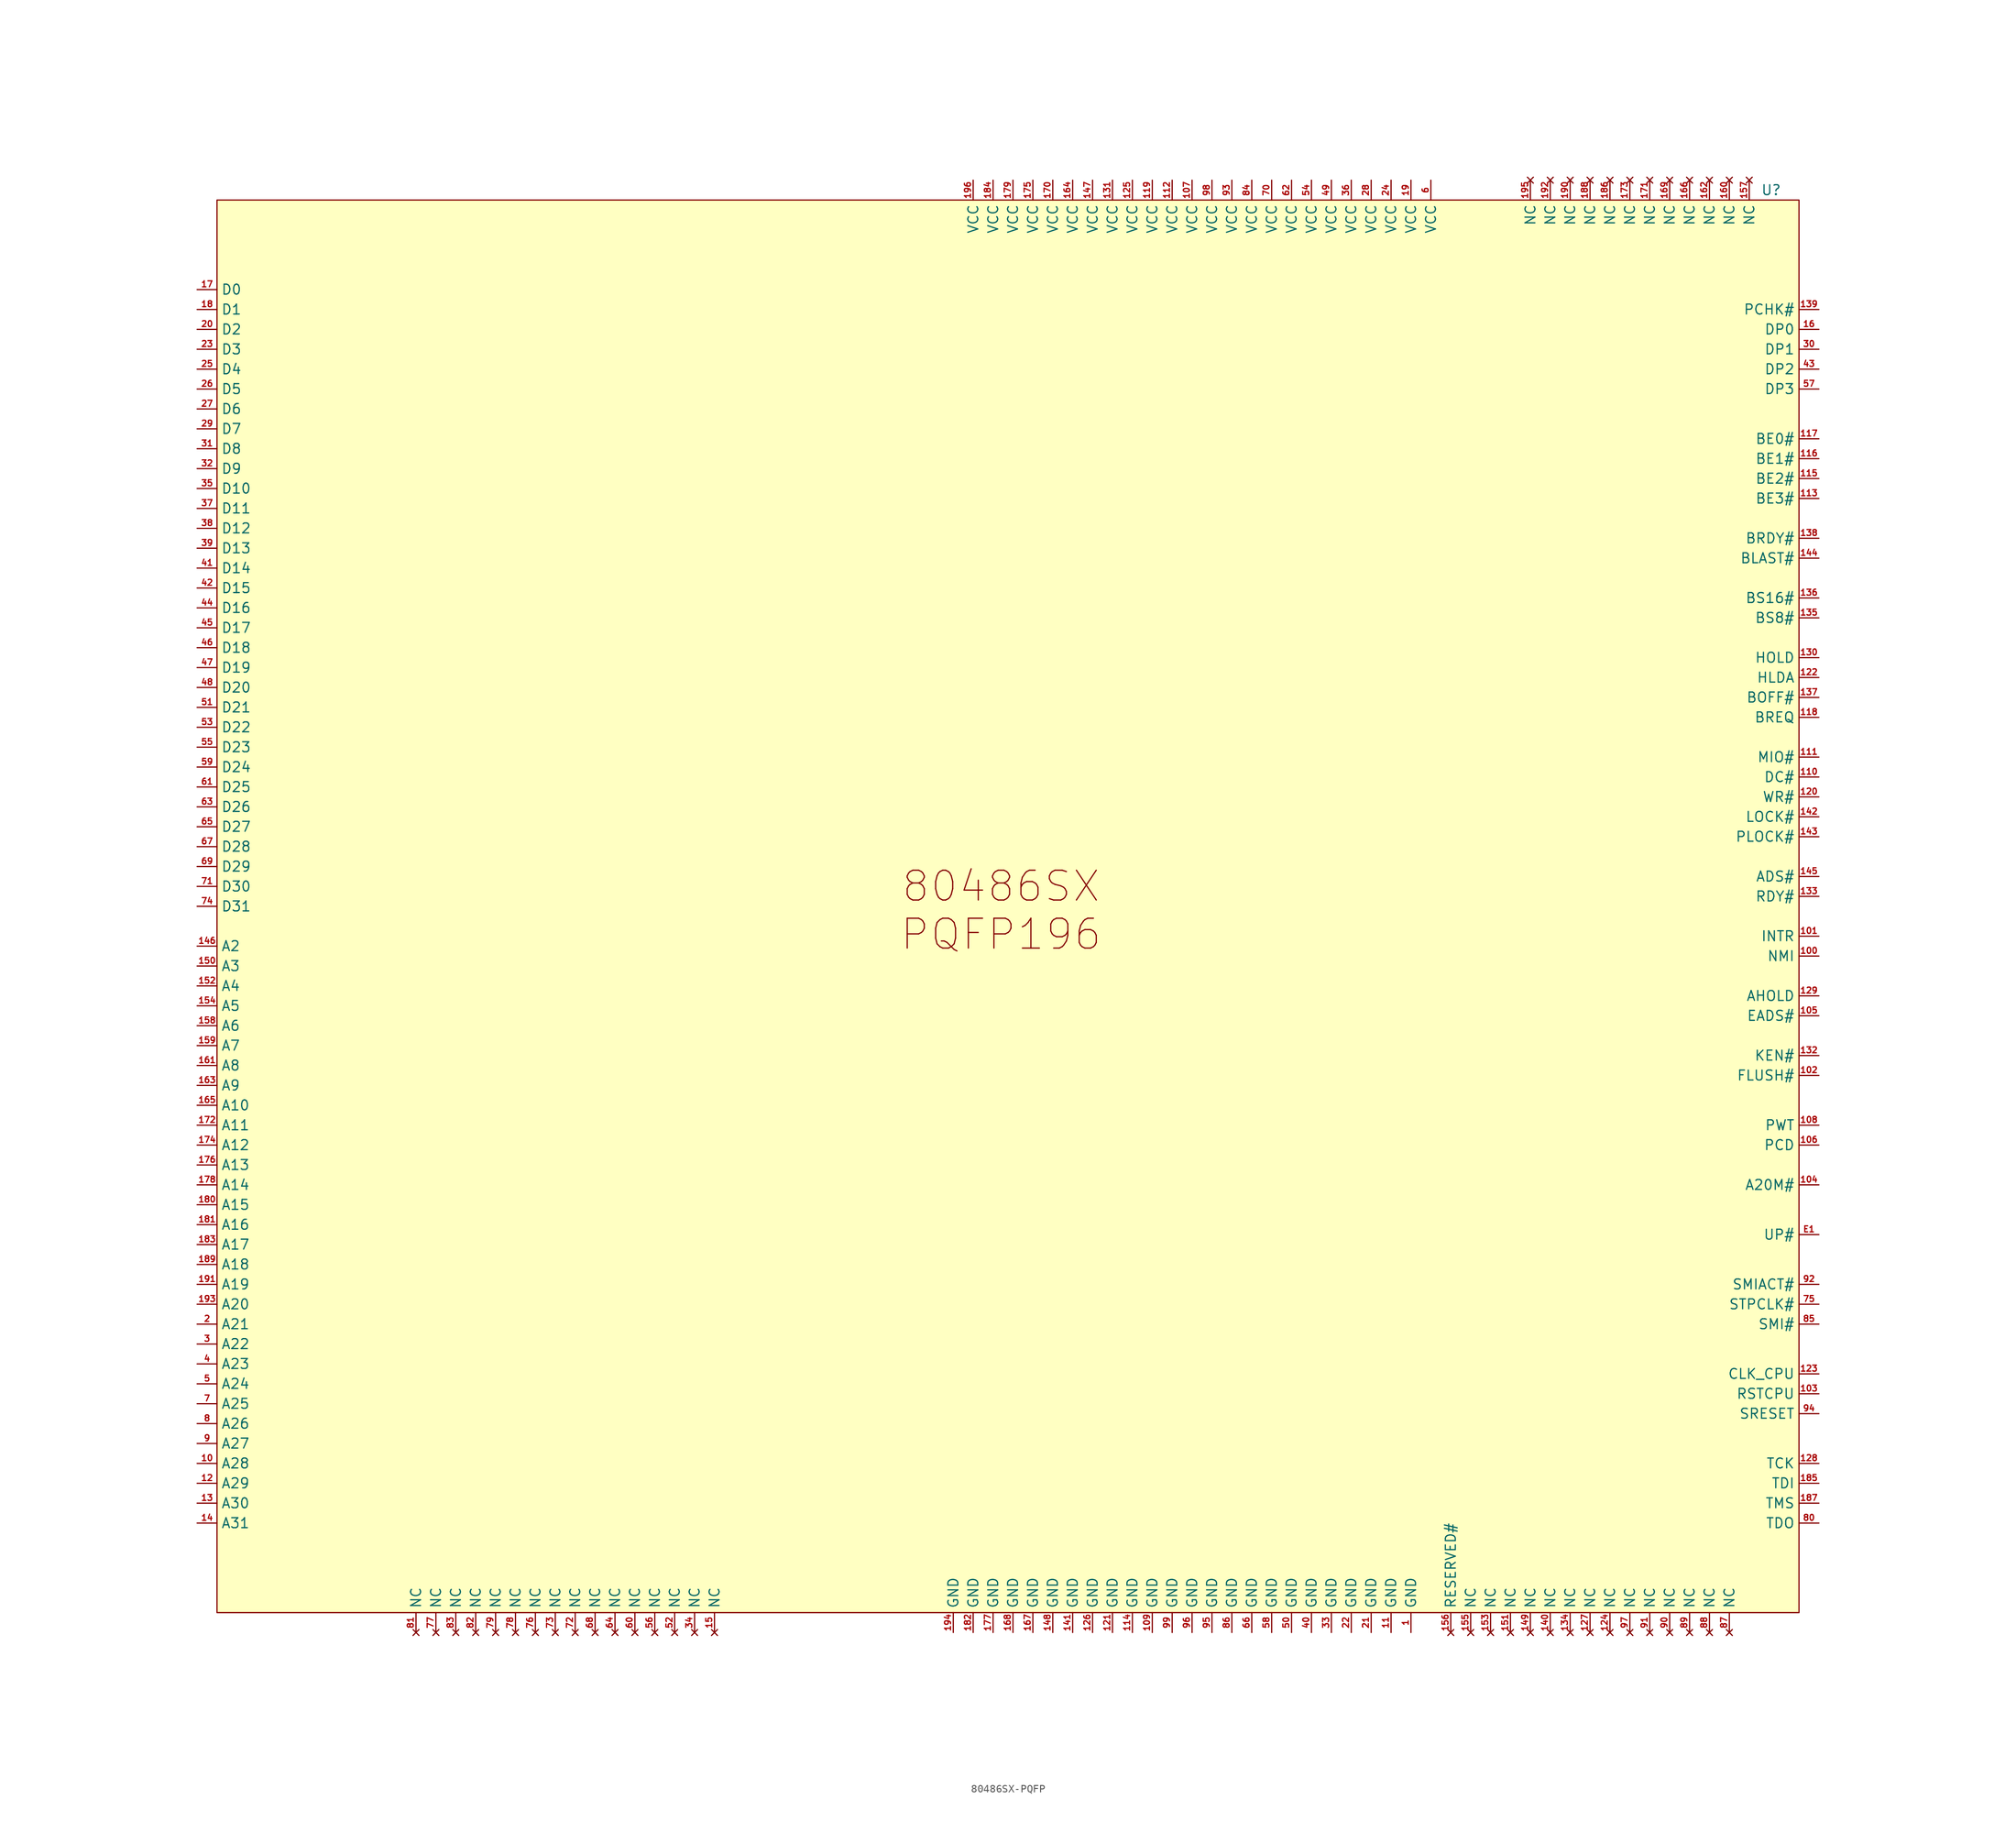
<source format=kicad_sym>
(kicad_symbol_lib
  (version 20241209)
  (generator "kicad_symbol_editor")
  (generator_version "9.0")
  (symbol "80486SX-PQFP"
    (property "Reference" "U"
      (at 98.044 91.44 0)
      (effects (font (size 1.27 1.27))))
    (property "Value" ""
      (at 0 0 0)
      (effects (font (size 1.27 1.27))))
    (symbol "80486SX-PQFP_1_1"
      (rectangle (start -100.33 90.17) (end 101.6 -90.17) (stroke (width 0) (type solid)) (fill (type color) (color 255 255 194 1)))
      (text "80486SX\nPQFP196" (at -0.254 -0.508 0) (effects (font (size 3.81 3.81))))
      (pin bidirectional line (at -102.87 78.74 0) (length 2.54) (name "D0" (effects (font (size 1.27 1.27)))) (number "17" (effects (font (size 0.762 0.762)))))
      (pin bidirectional line (at -102.87 76.2 0) (length 2.54) (name "D1" (effects (font (size 1.27 1.27)))) (number "18" (effects (font (size 0.762 0.762)))))
      (pin bidirectional line (at -102.87 73.66 0) (length 2.54) (name "D2" (effects (font (size 1.27 1.27)))) (number "20" (effects (font (size 0.762 0.762)))))
      (pin bidirectional line (at -102.87 71.12 0) (length 2.54) (name "D3" (effects (font (size 1.27 1.27)))) (number "23" (effects (font (size 0.762 0.762)))))
      (pin bidirectional line (at -102.87 68.58 0) (length 2.54) (name "D4" (effects (font (size 1.27 1.27)))) (number "25" (effects (font (size 0.762 0.762)))))
      (pin bidirectional line (at -102.87 66.04 0) (length 2.54) (name "D5" (effects (font (size 1.27 1.27)))) (number "26" (effects (font (size 0.762 0.762)))))
      (pin bidirectional line (at -102.87 63.5 0) (length 2.54) (name "D6" (effects (font (size 1.27 1.27)))) (number "27" (effects (font (size 0.762 0.762)))))
      (pin bidirectional line (at -102.87 60.96 0) (length 2.54) (name "D7" (effects (font (size 1.27 1.27)))) (number "29" (effects (font (size 0.762 0.762)))))
      (pin bidirectional line (at -102.87 58.42 0) (length 2.54) (name "D8" (effects (font (size 1.27 1.27)))) (number "31" (effects (font (size 0.762 0.762)))))
      (pin bidirectional line (at -102.87 55.88 0) (length 2.54) (name "D9" (effects (font (size 1.27 1.27)))) (number "32" (effects (font (size 0.762 0.762)))))
      (pin bidirectional line (at -102.87 53.34 0) (length 2.54) (name "D10" (effects (font (size 1.27 1.27)))) (number "35" (effects (font (size 0.762 0.762)))))
      (pin bidirectional line (at -102.87 50.8 0) (length 2.54) (name "D11" (effects (font (size 1.27 1.27)))) (number "37" (effects (font (size 0.762 0.762)))))
      (pin bidirectional line (at -102.87 48.26 0) (length 2.54) (name "D12" (effects (font (size 1.27 1.27)))) (number "38" (effects (font (size 0.762 0.762)))))
      (pin bidirectional line (at -102.87 45.72 0) (length 2.54) (name "D13" (effects (font (size 1.27 1.27)))) (number "39" (effects (font (size 0.762 0.762)))))
      (pin bidirectional line (at -102.87 43.18 0) (length 2.54) (name "D14" (effects (font (size 1.27 1.27)))) (number "41" (effects (font (size 0.762 0.762)))))
      (pin bidirectional line (at -102.87 40.64 0) (length 2.54) (name "D15" (effects (font (size 1.27 1.27)))) (number "42" (effects (font (size 0.762 0.762)))))
      (pin bidirectional line (at -102.87 38.1 0) (length 2.54) (name "D16" (effects (font (size 1.27 1.27)))) (number "44" (effects (font (size 0.762 0.762)))))
      (pin bidirectional line (at -102.87 35.56 0) (length 2.54) (name "D17" (effects (font (size 1.27 1.27)))) (number "45" (effects (font (size 0.762 0.762)))))
      (pin bidirectional line (at -102.87 33.02 0) (length 2.54) (name "D18" (effects (font (size 1.27 1.27)))) (number "46" (effects (font (size 0.762 0.762)))))
      (pin bidirectional line (at -102.87 30.48 0) (length 2.54) (name "D19" (effects (font (size 1.27 1.27)))) (number "47" (effects (font (size 0.762 0.762)))))
      (pin bidirectional line (at -102.87 27.94 0) (length 2.54) (name "D20" (effects (font (size 1.27 1.27)))) (number "48" (effects (font (size 0.762 0.762)))))
      (pin bidirectional line (at -102.87 25.4 0) (length 2.54) (name "D21" (effects (font (size 1.27 1.27)))) (number "51" (effects (font (size 0.762 0.762)))))
      (pin bidirectional line (at -102.87 22.86 0) (length 2.54) (name "D22" (effects (font (size 1.27 1.27)))) (number "53" (effects (font (size 0.762 0.762)))))
      (pin bidirectional line (at -102.87 20.32 0) (length 2.54) (name "D23" (effects (font (size 1.27 1.27)))) (number "55" (effects (font (size 0.762 0.762)))))
      (pin bidirectional line (at -102.87 17.78 0) (length 2.54) (name "D24" (effects (font (size 1.27 1.27)))) (number "59" (effects (font (size 0.762 0.762)))))
      (pin bidirectional line (at -102.87 15.24 0) (length 2.54) (name "D25" (effects (font (size 1.27 1.27)))) (number "61" (effects (font (size 0.762 0.762)))))
      (pin bidirectional line (at -102.87 12.7 0) (length 2.54) (name "D26" (effects (font (size 1.27 1.27)))) (number "63" (effects (font (size 0.762 0.762)))))
      (pin bidirectional line (at -102.87 10.16 0) (length 2.54) (name "D27" (effects (font (size 1.27 1.27)))) (number "65" (effects (font (size 0.762 0.762)))))
      (pin bidirectional line (at -102.87 7.62 0) (length 2.54) (name "D28" (effects (font (size 1.27 1.27)))) (number "67" (effects (font (size 0.762 0.762)))))
      (pin bidirectional line (at -102.87 5.08 0) (length 2.54) (name "D29" (effects (font (size 1.27 1.27)))) (number "69" (effects (font (size 0.762 0.762)))))
      (pin bidirectional line (at -102.87 2.54 0) (length 2.54) (name "D30" (effects (font (size 1.27 1.27)))) (number "71" (effects (font (size 0.762 0.762)))))
      (pin bidirectional line (at -102.87 0 0) (length 2.54) (name "D31" (effects (font (size 1.27 1.27)))) (number "74" (effects (font (size 0.762 0.762)))))
      (pin bidirectional line (at -102.87 -5.08 0) (length 2.54) (name "A2" (effects (font (size 1.27 1.27)))) (number "146" (effects (font (size 0.762 0.762)))))
      (pin bidirectional line (at -102.87 -7.62 0) (length 2.54) (name "A3" (effects (font (size 1.27 1.27)))) (number "150" (effects (font (size 0.762 0.762)))))
      (pin bidirectional line (at -102.87 -10.16 0) (length 2.54) (name "A4" (effects (font (size 1.27 1.27)))) (number "152" (effects (font (size 0.762 0.762)))))
      (pin bidirectional line (at -102.87 -12.7 0) (length 2.54) (name "A5" (effects (font (size 1.27 1.27)))) (number "154" (effects (font (size 0.762 0.762)))))
      (pin bidirectional line (at -102.87 -15.24 0) (length 2.54) (name "A6" (effects (font (size 1.27 1.27)))) (number "158" (effects (font (size 0.762 0.762)))))
      (pin bidirectional line (at -102.87 -17.78 0) (length 2.54) (name "A7" (effects (font (size 1.27 1.27)))) (number "159" (effects (font (size 0.762 0.762)))))
      (pin bidirectional line (at -102.87 -20.32 0) (length 2.54) (name "A8" (effects (font (size 1.27 1.27)))) (number "161" (effects (font (size 0.762 0.762)))))
      (pin bidirectional line (at -102.87 -22.86 0) (length 2.54) (name "A9" (effects (font (size 1.27 1.27)))) (number "163" (effects (font (size 0.762 0.762)))))
      (pin bidirectional line (at -102.87 -25.4 0) (length 2.54) (name "A10" (effects (font (size 1.27 1.27)))) (number "165" (effects (font (size 0.762 0.762)))))
      (pin bidirectional line (at -102.87 -27.94 0) (length 2.54) (name "A11" (effects (font (size 1.27 1.27)))) (number "172" (effects (font (size 0.762 0.762)))))
      (pin bidirectional line (at -102.87 -30.48 0) (length 2.54) (name "A12" (effects (font (size 1.27 1.27)))) (number "174" (effects (font (size 0.762 0.762)))))
      (pin bidirectional line (at -102.87 -33.02 0) (length 2.54) (name "A13" (effects (font (size 1.27 1.27)))) (number "176" (effects (font (size 0.762 0.762)))))
      (pin bidirectional line (at -102.87 -35.56 0) (length 2.54) (name "A14" (effects (font (size 1.27 1.27)))) (number "178" (effects (font (size 0.762 0.762)))))
      (pin bidirectional line (at -102.87 -38.1 0) (length 2.54) (name "A15" (effects (font (size 1.27 1.27)))) (number "180" (effects (font (size 0.762 0.762)))))
      (pin bidirectional line (at -102.87 -40.64 0) (length 2.54) (name "A16" (effects (font (size 1.27 1.27)))) (number "181" (effects (font (size 0.762 0.762)))))
      (pin bidirectional line (at -102.87 -43.18 0) (length 2.54) (name "A17" (effects (font (size 1.27 1.27)))) (number "183" (effects (font (size 0.762 0.762)))))
      (pin bidirectional line (at -102.87 -45.72 0) (length 2.54) (name "A18" (effects (font (size 1.27 1.27)))) (number "189" (effects (font (size 0.762 0.762)))))
      (pin bidirectional line (at -102.87 -48.26 0) (length 2.54) (name "A19" (effects (font (size 1.27 1.27)))) (number "191" (effects (font (size 0.762 0.762)))))
      (pin bidirectional line (at -102.87 -50.8 0) (length 2.54) (name "A20" (effects (font (size 1.27 1.27)))) (number "193" (effects (font (size 0.762 0.762)))))
      (pin bidirectional line (at -102.87 -53.34 0) (length 2.54) (name "A21" (effects (font (size 1.27 1.27)))) (number "2" (effects (font (size 0.762 0.762)))))
      (pin bidirectional line (at -102.87 -55.88 0) (length 2.54) (name "A22" (effects (font (size 1.27 1.27)))) (number "3" (effects (font (size 0.762 0.762)))))
      (pin bidirectional line (at -102.87 -58.42 0) (length 2.54) (name "A23" (effects (font (size 1.27 1.27)))) (number "4" (effects (font (size 0.762 0.762)))))
      (pin bidirectional line (at -102.87 -60.96 0) (length 2.54) (name "A24" (effects (font (size 1.27 1.27)))) (number "5" (effects (font (size 0.762 0.762)))))
      (pin bidirectional line (at -102.87 -63.5 0) (length 2.54) (name "A25" (effects (font (size 1.27 1.27)))) (number "7" (effects (font (size 0.762 0.762)))))
      (pin bidirectional line (at -102.87 -66.04 0) (length 2.54) (name "A26" (effects (font (size 1.27 1.27)))) (number "8" (effects (font (size 0.762 0.762)))))
      (pin bidirectional line (at -102.87 -68.58 0) (length 2.54) (name "A27" (effects (font (size 1.27 1.27)))) (number "9" (effects (font (size 0.762 0.762)))))
      (pin bidirectional line (at -102.87 -71.12 0) (length 2.54) (name "A28" (effects (font (size 1.27 1.27)))) (number "10" (effects (font (size 0.762 0.762)))))
      (pin bidirectional line (at -102.87 -73.66 0) (length 2.54) (name "A29" (effects (font (size 1.27 1.27)))) (number "12" (effects (font (size 0.762 0.762)))))
      (pin bidirectional line (at -102.87 -76.2 0) (length 2.54) (name "A30" (effects (font (size 1.27 1.27)))) (number "13" (effects (font (size 0.762 0.762)))))
      (pin bidirectional line (at -102.87 -78.74 0) (length 2.54) (name "A31" (effects (font (size 1.27 1.27)))) (number "14" (effects (font (size 0.762 0.762)))))
      (pin no_connect line (at -74.93 -92.71 90) (length 2.54) (name "NC" (effects (font (size 1.27 1.27)))) (number "81" (effects (font (size 0.762 0.762)))))
      (pin no_connect line (at -72.39 -92.71 90) (length 2.54) (name "NC" (effects (font (size 1.27 1.27)))) (number "77" (effects (font (size 0.762 0.762)))))
      (pin no_connect line (at -69.85 -92.71 90) (length 2.54) (name "NC" (effects (font (size 1.27 1.27)))) (number "83" (effects (font (size 0.762 0.762)))))
      (pin no_connect line (at -67.31 -92.71 90) (length 2.54) (name "NC" (effects (font (size 1.27 1.27)))) (number "82" (effects (font (size 0.762 0.762)))))
      (pin no_connect line (at -64.77 -92.71 90) (length 2.54) (name "NC" (effects (font (size 1.27 1.27)))) (number "79" (effects (font (size 0.762 0.762)))))
      (pin no_connect line (at -62.23 -92.71 90) (length 2.54) (name "NC" (effects (font (size 1.27 1.27)))) (number "78" (effects (font (size 0.762 0.762)))))
      (pin no_connect line (at -59.69 -92.71 90) (length 2.54) (name "NC" (effects (font (size 1.27 1.27)))) (number "76" (effects (font (size 0.762 0.762)))))
      (pin no_connect line (at -57.15 -92.71 90) (length 2.54) (name "NC" (effects (font (size 1.27 1.27)))) (number "73" (effects (font (size 0.762 0.762)))))
      (pin no_connect line (at -54.61 -92.71 90) (length 2.54) (name "NC" (effects (font (size 1.27 1.27)))) (number "72" (effects (font (size 0.762 0.762)))))
      (pin no_connect line (at -52.07 -92.71 90) (length 2.54) (name "NC" (effects (font (size 1.27 1.27)))) (number "68" (effects (font (size 0.762 0.762)))))
      (pin no_connect line (at -49.53 -92.71 90) (length 2.54) (name "NC" (effects (font (size 1.27 1.27)))) (number "64" (effects (font (size 0.762 0.762)))))
      (pin no_connect line (at -46.99 -92.71 90) (length 2.54) (name "NC" (effects (font (size 1.27 1.27)))) (number "60" (effects (font (size 0.762 0.762)))))
      (pin no_connect line (at -44.45 -92.71 90) (length 2.54) (name "NC" (effects (font (size 1.27 1.27)))) (number "56" (effects (font (size 0.762 0.762)))))
      (pin no_connect line (at -41.91 -92.71 90) (length 2.54) (name "NC" (effects (font (size 1.27 1.27)))) (number "52" (effects (font (size 0.762 0.762)))))
      (pin no_connect line (at -39.37 -92.71 90) (length 2.54) (name "NC" (effects (font (size 1.27 1.27)))) (number "34" (effects (font (size 0.762 0.762)))))
      (pin no_connect line (at -36.83 -92.71 90) (length 2.54) (name "NC" (effects (font (size 1.27 1.27)))) (number "15" (effects (font (size 0.762 0.762)))))
      (pin power_in line (at -6.35 -92.71 90) (length 2.54) (name "GND" (effects (font (size 1.27 1.27)))) (number "194" (effects (font (size 0.762 0.762)))))
      (pin power_in line (at -3.81 92.71 270) (length 2.54) (name "VCC" (effects (font (size 1.27 1.27)))) (number "196" (effects (font (size 0.762 0.762)))))
      (pin power_in line (at -3.81 -92.71 90) (length 2.54) (name "GND" (effects (font (size 1.27 1.27)))) (number "182" (effects (font (size 0.762 0.762)))))
      (pin power_in line (at -1.27 92.71 270) (length 2.54) (name "VCC" (effects (font (size 1.27 1.27)))) (number "184" (effects (font (size 0.762 0.762)))))
      (pin power_in line (at -1.27 -92.71 90) (length 2.54) (name "GND" (effects (font (size 1.27 1.27)))) (number "177" (effects (font (size 0.762 0.762)))))
      (pin power_in line (at 1.27 92.71 270) (length 2.54) (name "VCC" (effects (font (size 1.27 1.27)))) (number "179" (effects (font (size 0.762 0.762)))))
      (pin power_in line (at 1.27 -92.71 90) (length 2.54) (name "GND" (effects (font (size 1.27 1.27)))) (number "168" (effects (font (size 0.762 0.762)))))
      (pin power_in line (at 3.81 92.71 270) (length 2.54) (name "VCC" (effects (font (size 1.27 1.27)))) (number "175" (effects (font (size 0.762 0.762)))))
      (pin power_in line (at 3.81 -92.71 90) (length 2.54) (name "GND" (effects (font (size 1.27 1.27)))) (number "167" (effects (font (size 0.762 0.762)))))
      (pin power_in line (at 6.35 92.71 270) (length 2.54) (name "VCC" (effects (font (size 1.27 1.27)))) (number "170" (effects (font (size 0.762 0.762)))))
      (pin power_in line (at 6.35 -92.71 90) (length 2.54) (name "GND" (effects (font (size 1.27 1.27)))) (number "148" (effects (font (size 0.762 0.762)))))
      (pin power_in line (at 8.89 92.71 270) (length 2.54) (name "VCC" (effects (font (size 1.27 1.27)))) (number "164" (effects (font (size 0.762 0.762)))))
      (pin power_in line (at 8.89 -92.71 90) (length 2.54) (name "GND" (effects (font (size 1.27 1.27)))) (number "141" (effects (font (size 0.762 0.762)))))
      (pin power_in line (at 11.43 92.71 270) (length 2.54) (name "VCC" (effects (font (size 1.27 1.27)))) (number "147" (effects (font (size 0.762 0.762)))))
      (pin power_in line (at 11.43 -92.71 90) (length 2.54) (name "GND" (effects (font (size 1.27 1.27)))) (number "126" (effects (font (size 0.762 0.762)))))
      (pin power_in line (at 13.97 92.71 270) (length 2.54) (name "VCC" (effects (font (size 1.27 1.27)))) (number "131" (effects (font (size 0.762 0.762)))))
      (pin power_in line (at 13.97 -92.71 90) (length 2.54) (name "GND" (effects (font (size 1.27 1.27)))) (number "121" (effects (font (size 0.762 0.762)))))
      (pin power_in line (at 16.51 92.71 270) (length 2.54) (name "VCC" (effects (font (size 1.27 1.27)))) (number "125" (effects (font (size 0.762 0.762)))))
      (pin power_in line (at 16.51 -92.71 90) (length 2.54) (name "GND" (effects (font (size 1.27 1.27)))) (number "114" (effects (font (size 0.762 0.762)))))
      (pin power_in line (at 19.05 92.71 270) (length 2.54) (name "VCC" (effects (font (size 1.27 1.27)))) (number "119" (effects (font (size 0.762 0.762)))))
      (pin power_in line (at 19.05 -92.71 90) (length 2.54) (name "GND" (effects (font (size 1.27 1.27)))) (number "109" (effects (font (size 0.762 0.762)))))
      (pin power_in line (at 21.59 92.71 270) (length 2.54) (name "VCC" (effects (font (size 1.27 1.27)))) (number "112" (effects (font (size 0.762 0.762)))))
      (pin power_in line (at 21.59 -92.71 90) (length 2.54) (name "GND" (effects (font (size 1.27 1.27)))) (number "99" (effects (font (size 0.762 0.762)))))
      (pin power_in line (at 24.13 92.71 270) (length 2.54) (name "VCC" (effects (font (size 1.27 1.27)))) (number "107" (effects (font (size 0.762 0.762)))))
      (pin power_in line (at 24.13 -92.71 90) (length 2.54) (name "GND" (effects (font (size 1.27 1.27)))) (number "96" (effects (font (size 0.762 0.762)))))
      (pin power_in line (at 26.67 92.71 270) (length 2.54) (name "VCC" (effects (font (size 1.27 1.27)))) (number "98" (effects (font (size 0.762 0.762)))))
      (pin power_in line (at 26.67 -92.71 90) (length 2.54) (name "GND" (effects (font (size 1.27 1.27)))) (number "95" (effects (font (size 0.762 0.762)))))
      (pin power_in line (at 29.21 92.71 270) (length 2.54) (name "VCC" (effects (font (size 1.27 1.27)))) (number "93" (effects (font (size 0.762 0.762)))))
      (pin power_in line (at 29.21 -92.71 90) (length 2.54) (name "GND" (effects (font (size 1.27 1.27)))) (number "86" (effects (font (size 0.762 0.762)))))
      (pin power_in line (at 31.75 92.71 270) (length 2.54) (name "VCC" (effects (font (size 1.27 1.27)))) (number "84" (effects (font (size 0.762 0.762)))))
      (pin power_in line (at 31.75 -92.71 90) (length 2.54) (name "GND" (effects (font (size 1.27 1.27)))) (number "66" (effects (font (size 0.762 0.762)))))
      (pin power_in line (at 34.29 92.71 270) (length 2.54) (name "VCC" (effects (font (size 1.27 1.27)))) (number "70" (effects (font (size 0.762 0.762)))))
      (pin power_in line (at 34.29 -92.71 90) (length 2.54) (name "GND" (effects (font (size 1.27 1.27)))) (number "58" (effects (font (size 0.762 0.762)))))
      (pin power_in line (at 36.83 92.71 270) (length 2.54) (name "VCC" (effects (font (size 1.27 1.27)))) (number "62" (effects (font (size 0.762 0.762)))))
      (pin power_in line (at 36.83 -92.71 90) (length 2.54) (name "GND" (effects (font (size 1.27 1.27)))) (number "50" (effects (font (size 0.762 0.762)))))
      (pin power_in line (at 39.37 92.71 270) (length 2.54) (name "VCC" (effects (font (size 1.27 1.27)))) (number "54" (effects (font (size 0.762 0.762)))))
      (pin power_in line (at 39.37 -92.71 90) (length 2.54) (name "GND" (effects (font (size 1.27 1.27)))) (number "40" (effects (font (size 0.762 0.762)))))
      (pin power_in line (at 41.91 92.71 270) (length 2.54) (name "VCC" (effects (font (size 1.27 1.27)))) (number "49" (effects (font (size 0.762 0.762)))))
      (pin power_in line (at 41.91 -92.71 90) (length 2.54) (name "GND" (effects (font (size 1.27 1.27)))) (number "33" (effects (font (size 0.762 0.762)))))
      (pin power_in line (at 44.45 92.71 270) (length 2.54) (name "VCC" (effects (font (size 1.27 1.27)))) (number "36" (effects (font (size 0.762 0.762)))))
      (pin power_in line (at 44.45 -92.71 90) (length 2.54) (name "GND" (effects (font (size 1.27 1.27)))) (number "22" (effects (font (size 0.762 0.762)))))
      (pin power_in line (at 46.99 92.71 270) (length 2.54) (name "VCC" (effects (font (size 1.27 1.27)))) (number "28" (effects (font (size 0.762 0.762)))))
      (pin power_in line (at 46.99 -92.71 90) (length 2.54) (name "GND" (effects (font (size 1.27 1.27)))) (number "21" (effects (font (size 0.762 0.762)))))
      (pin power_in line (at 49.53 92.71 270) (length 2.54) (name "VCC" (effects (font (size 1.27 1.27)))) (number "24" (effects (font (size 0.762 0.762)))))
      (pin power_in line (at 49.53 -92.71 90) (length 2.54) (name "GND" (effects (font (size 1.27 1.27)))) (number "11" (effects (font (size 0.762 0.762)))))
      (pin power_in line (at 52.07 92.71 270) (length 2.54) (name "VCC" (effects (font (size 1.27 1.27)))) (number "19" (effects (font (size 0.762 0.762)))))
      (pin power_in line (at 52.07 -92.71 90) (length 2.54) (name "GND" (effects (font (size 1.27 1.27)))) (number "1" (effects (font (size 0.762 0.762)))))
      (pin power_in line (at 54.61 92.71 270) (length 2.54) (name "VCC" (effects (font (size 1.27 1.27)))) (number "6" (effects (font (size 0.762 0.762)))))
      (pin no_connect line (at 57.15 -92.71 90) (length 2.54) (name "RESERVED#" (effects (font (size 1.27 1.27)))) (number "156" (effects (font (size 0.762 0.762)))))
      (pin no_connect line (at 59.69 -92.71 90) (length 2.54) (name "NC" (effects (font (size 1.27 1.27)))) (number "155" (effects (font (size 0.762 0.762)))))
      (pin no_connect line (at 62.23 -92.71 90) (length 2.54) (name "NC" (effects (font (size 1.27 1.27)))) (number "153" (effects (font (size 0.762 0.762)))))
      (pin no_connect line (at 64.77 -92.71 90) (length 2.54) (name "NC" (effects (font (size 1.27 1.27)))) (number "151" (effects (font (size 0.762 0.762)))))
      (pin no_connect line (at 67.31 92.71 270) (length 2.54) (name "NC" (effects (font (size 1.27 1.27)))) (number "195" (effects (font (size 0.762 0.762)))))
      (pin no_connect line (at 67.31 -92.71 90) (length 2.54) (name "NC" (effects (font (size 1.27 1.27)))) (number "149" (effects (font (size 0.762 0.762)))))
      (pin no_connect line (at 69.85 92.71 270) (length 2.54) (name "NC" (effects (font (size 1.27 1.27)))) (number "192" (effects (font (size 0.762 0.762)))))
      (pin no_connect line (at 69.85 -92.71 90) (length 2.54) (name "NC" (effects (font (size 1.27 1.27)))) (number "140" (effects (font (size 0.762 0.762)))))
      (pin no_connect line (at 72.39 92.71 270) (length 2.54) (name "NC" (effects (font (size 1.27 1.27)))) (number "190" (effects (font (size 0.762 0.762)))))
      (pin no_connect line (at 72.39 -92.71 90) (length 2.54) (name "NC" (effects (font (size 1.27 1.27)))) (number "134" (effects (font (size 0.762 0.762)))))
      (pin no_connect line (at 74.93 92.71 270) (length 2.54) (name "NC" (effects (font (size 1.27 1.27)))) (number "188" (effects (font (size 0.762 0.762)))))
      (pin no_connect line (at 74.93 -92.71 90) (length 2.54) (name "NC" (effects (font (size 1.27 1.27)))) (number "127" (effects (font (size 0.762 0.762)))))
      (pin no_connect line (at 77.47 92.71 270) (length 2.54) (name "NC" (effects (font (size 1.27 1.27)))) (number "186" (effects (font (size 0.762 0.762)))))
      (pin no_connect line (at 77.47 -92.71 90) (length 2.54) (name "NC" (effects (font (size 1.27 1.27)))) (number "124" (effects (font (size 0.762 0.762)))))
      (pin no_connect line (at 80.01 92.71 270) (length 2.54) (name "NC" (effects (font (size 1.27 1.27)))) (number "173" (effects (font (size 0.762 0.762)))))
      (pin no_connect line (at 80.01 -92.71 90) (length 2.54) (name "NC" (effects (font (size 1.27 1.27)))) (number "97" (effects (font (size 0.762 0.762)))))
      (pin no_connect line (at 82.55 92.71 270) (length 2.54) (name "NC" (effects (font (size 1.27 1.27)))) (number "171" (effects (font (size 0.762 0.762)))))
      (pin no_connect line (at 82.55 -92.71 90) (length 2.54) (name "NC" (effects (font (size 1.27 1.27)))) (number "91" (effects (font (size 0.762 0.762)))))
      (pin no_connect line (at 85.09 92.71 270) (length 2.54) (name "NC" (effects (font (size 1.27 1.27)))) (number "169" (effects (font (size 0.762 0.762)))))
      (pin no_connect line (at 85.09 -92.71 90) (length 2.54) (name "NC" (effects (font (size 1.27 1.27)))) (number "90" (effects (font (size 0.762 0.762)))))
      (pin no_connect line (at 87.63 92.71 270) (length 2.54) (name "NC" (effects (font (size 1.27 1.27)))) (number "166" (effects (font (size 0.762 0.762)))))
      (pin no_connect line (at 87.63 -92.71 90) (length 2.54) (name "NC" (effects (font (size 1.27 1.27)))) (number "89" (effects (font (size 0.762 0.762)))))
      (pin no_connect line (at 90.17 92.71 270) (length 2.54) (name "NC" (effects (font (size 1.27 1.27)))) (number "162" (effects (font (size 0.762 0.762)))))
      (pin no_connect line (at 90.17 -92.71 90) (length 2.54) (name "NC" (effects (font (size 1.27 1.27)))) (number "88" (effects (font (size 0.762 0.762)))))
      (pin no_connect line (at 92.71 92.71 270) (length 2.54) (name "NC" (effects (font (size 1.27 1.27)))) (number "160" (effects (font (size 0.762 0.762)))))
      (pin no_connect line (at 92.71 -92.71 90) (length 2.54) (name "NC" (effects (font (size 1.27 1.27)))) (number "87" (effects (font (size 0.762 0.762)))))
      (pin no_connect line (at 95.25 92.71 270) (length 2.54) (name "NC" (effects (font (size 1.27 1.27)))) (number "157" (effects (font (size 0.762 0.762)))))
      (pin output line (at 104.14 76.2 180) (length 2.54) (name "PCHK#" (effects (font (size 1.27 1.27)))) (number "139" (effects (font (size 0.762 0.762)))))
      (pin bidirectional line (at 104.14 73.66 180) (length 2.54) (name "DP0" (effects (font (size 1.27 1.27)))) (number "16" (effects (font (size 0.762 0.762)))))
      (pin bidirectional line (at 104.14 71.12 180) (length 2.54) (name "DP1" (effects (font (size 1.27 1.27)))) (number "30" (effects (font (size 0.762 0.762)))))
      (pin bidirectional line (at 104.14 68.58 180) (length 2.54) (name "DP2" (effects (font (size 1.27 1.27)))) (number "43" (effects (font (size 0.762 0.762)))))
      (pin bidirectional line (at 104.14 66.04 180) (length 2.54) (name "DP3" (effects (font (size 1.27 1.27)))) (number "57" (effects (font (size 0.762 0.762)))))
      (pin output line (at 104.14 59.69 180) (length 2.54) (name "BE0#" (effects (font (size 1.27 1.27)))) (number "117" (effects (font (size 0.762 0.762)))))
      (pin output line (at 104.14 57.15 180) (length 2.54) (name "BE1#" (effects (font (size 1.27 1.27)))) (number "116" (effects (font (size 0.762 0.762)))))
      (pin output line (at 104.14 54.61 180) (length 2.54) (name "BE2#" (effects (font (size 1.27 1.27)))) (number "115" (effects (font (size 0.762 0.762)))))
      (pin output line (at 104.14 52.07 180) (length 2.54) (name "BE3#" (effects (font (size 1.27 1.27)))) (number "113" (effects (font (size 0.762 0.762)))))
      (pin input line (at 104.14 46.99 180) (length 2.54) (name "BRDY#" (effects (font (size 1.27 1.27)))) (number "138" (effects (font (size 0.762 0.762)))))
      (pin output line (at 104.14 44.45 180) (length 2.54) (name "BLAST#" (effects (font (size 1.27 1.27)))) (number "144" (effects (font (size 0.762 0.762)))))
      (pin input line (at 104.14 39.37 180) (length 2.54) (name "BS16#" (effects (font (size 1.27 1.27)))) (number "136" (effects (font (size 0.762 0.762)))))
      (pin input line (at 104.14 36.83 180) (length 2.54) (name "BS8#" (effects (font (size 1.27 1.27)))) (number "135" (effects (font (size 0.762 0.762)))))
      (pin input line (at 104.14 31.75 180) (length 2.54) (name "HOLD" (effects (font (size 1.27 1.27)))) (number "130" (effects (font (size 0.762 0.762)))))
      (pin output line (at 104.14 29.21 180) (length 2.54) (name "HLDA" (effects (font (size 1.27 1.27)))) (number "122" (effects (font (size 0.762 0.762)))))
      (pin input line (at 104.14 26.67 180) (length 2.54) (name "BOFF#" (effects (font (size 1.27 1.27)))) (number "137" (effects (font (size 0.762 0.762)))))
      (pin output line (at 104.14 24.13 180) (length 2.54) (name "BREQ" (effects (font (size 1.27 1.27)))) (number "118" (effects (font (size 0.762 0.762)))))
      (pin output line (at 104.14 19.05 180) (length 2.54) (name "MIO#" (effects (font (size 1.27 1.27)))) (number "111" (effects (font (size 0.762 0.762)))))
      (pin output line (at 104.14 16.51 180) (length 2.54) (name "DC#" (effects (font (size 1.27 1.27)))) (number "110" (effects (font (size 0.762 0.762)))))
      (pin output line (at 104.14 13.97 180) (length 2.54) (name "WR#" (effects (font (size 1.27 1.27)))) (number "120" (effects (font (size 0.762 0.762)))))
      (pin output line (at 104.14 11.43 180) (length 2.54) (name "LOCK#" (effects (font (size 1.27 1.27)))) (number "142" (effects (font (size 0.762 0.762)))))
      (pin output line (at 104.14 8.89 180) (length 2.54) (name "PLOCK#" (effects (font (size 1.27 1.27)))) (number "143" (effects (font (size 0.762 0.762)))))
      (pin output line (at 104.14 3.81 180) (length 2.54) (name "ADS#" (effects (font (size 1.27 1.27)))) (number "145" (effects (font (size 0.762 0.762)))))
      (pin input line (at 104.14 1.27 180) (length 2.54) (name "RDY#" (effects (font (size 1.27 1.27)))) (number "133" (effects (font (size 0.762 0.762)))))
      (pin input line (at 104.14 -3.81 180) (length 2.54) (name "INTR" (effects (font (size 1.27 1.27)))) (number "101" (effects (font (size 0.762 0.762)))))
      (pin input line (at 104.14 -6.35 180) (length 2.54) (name "NMI" (effects (font (size 1.27 1.27)))) (number "100" (effects (font (size 0.762 0.762)))))
      (pin input line (at 104.14 -11.43 180) (length 2.54) (name "AHOLD" (effects (font (size 1.27 1.27)))) (number "129" (effects (font (size 0.762 0.762)))))
      (pin input line (at 104.14 -13.97 180) (length 2.54) (name "EADS#" (effects (font (size 1.27 1.27)))) (number "105" (effects (font (size 0.762 0.762)))))
      (pin input line (at 104.14 -19.05 180) (length 2.54) (name "KEN#" (effects (font (size 1.27 1.27)))) (number "132" (effects (font (size 0.762 0.762)))))
      (pin input line (at 104.14 -21.59 180) (length 2.54) (name "FLUSH#" (effects (font (size 1.27 1.27)))) (number "102" (effects (font (size 0.762 0.762)))))
      (pin output line (at 104.14 -27.94 180) (length 2.54) (name "PWT" (effects (font (size 1.27 1.27)))) (number "108" (effects (font (size 0.762 0.762)))))
      (pin output line (at 104.14 -30.48 180) (length 2.54) (name "PCD" (effects (font (size 1.27 1.27)))) (number "106" (effects (font (size 0.762 0.762)))))
      (pin input line (at 104.14 -35.56 180) (length 2.54) (name "A20M#" (effects (font (size 1.27 1.27)))) (number "104" (effects (font (size 0.762 0.762)))))
      (pin input line (at 104.14 -41.91 180) (length 2.54) (name "UP#" (effects (font (size 1.27 1.27)))) (number "E1" (effects (font (size 0.762 0.762)))))
      (pin output line (at 104.14 -48.26 180) (length 2.54) (name "SMIACT#" (effects (font (size 1.27 1.27)))) (number "92" (effects (font (size 0.762 0.762)))))
      (pin input line (at 104.14 -50.8 180) (length 2.54) (name "STPCLK#" (effects (font (size 1.27 1.27)))) (number "75" (effects (font (size 0.762 0.762)))))
      (pin input line (at 104.14 -53.34 180) (length 2.54) (name "SMI#" (effects (font (size 1.27 1.27)))) (number "85" (effects (font (size 0.762 0.762)))))
      (pin input line (at 104.14 -59.69 180) (length 2.54) (name "CLK_CPU" (effects (font (size 1.27 1.27)))) (number "123" (effects (font (size 0.762 0.762)))))
      (pin input line (at 104.14 -62.23 180) (length 2.54) (name "RSTCPU" (effects (font (size 1.27 1.27)))) (number "103" (effects (font (size 0.762 0.762)))))
      (pin input line (at 104.14 -64.77 180) (length 2.54) (name "SRESET" (effects (font (size 1.27 1.27)))) (number "94" (effects (font (size 0.762 0.762)))))
      (pin input line (at 104.14 -71.12 180) (length 2.54) (name "TCK" (effects (font (size 1.27 1.27)))) (number "128" (effects (font (size 0.762 0.762)))))
      (pin input line (at 104.14 -73.66 180) (length 2.54) (name "TDI" (effects (font (size 1.27 1.27)))) (number "185" (effects (font (size 0.762 0.762)))))
      (pin input line (at 104.14 -76.2 180) (length 2.54) (name "TMS" (effects (font (size 1.27 1.27)))) (number "187" (effects (font (size 0.762 0.762)))))
      (pin input line (at 104.14 -78.74 180) (length 2.54) (name "TDO" (effects (font (size 1.27 1.27)))) (number "80" (effects (font (size 0.762 0.762))))))))
</source>
